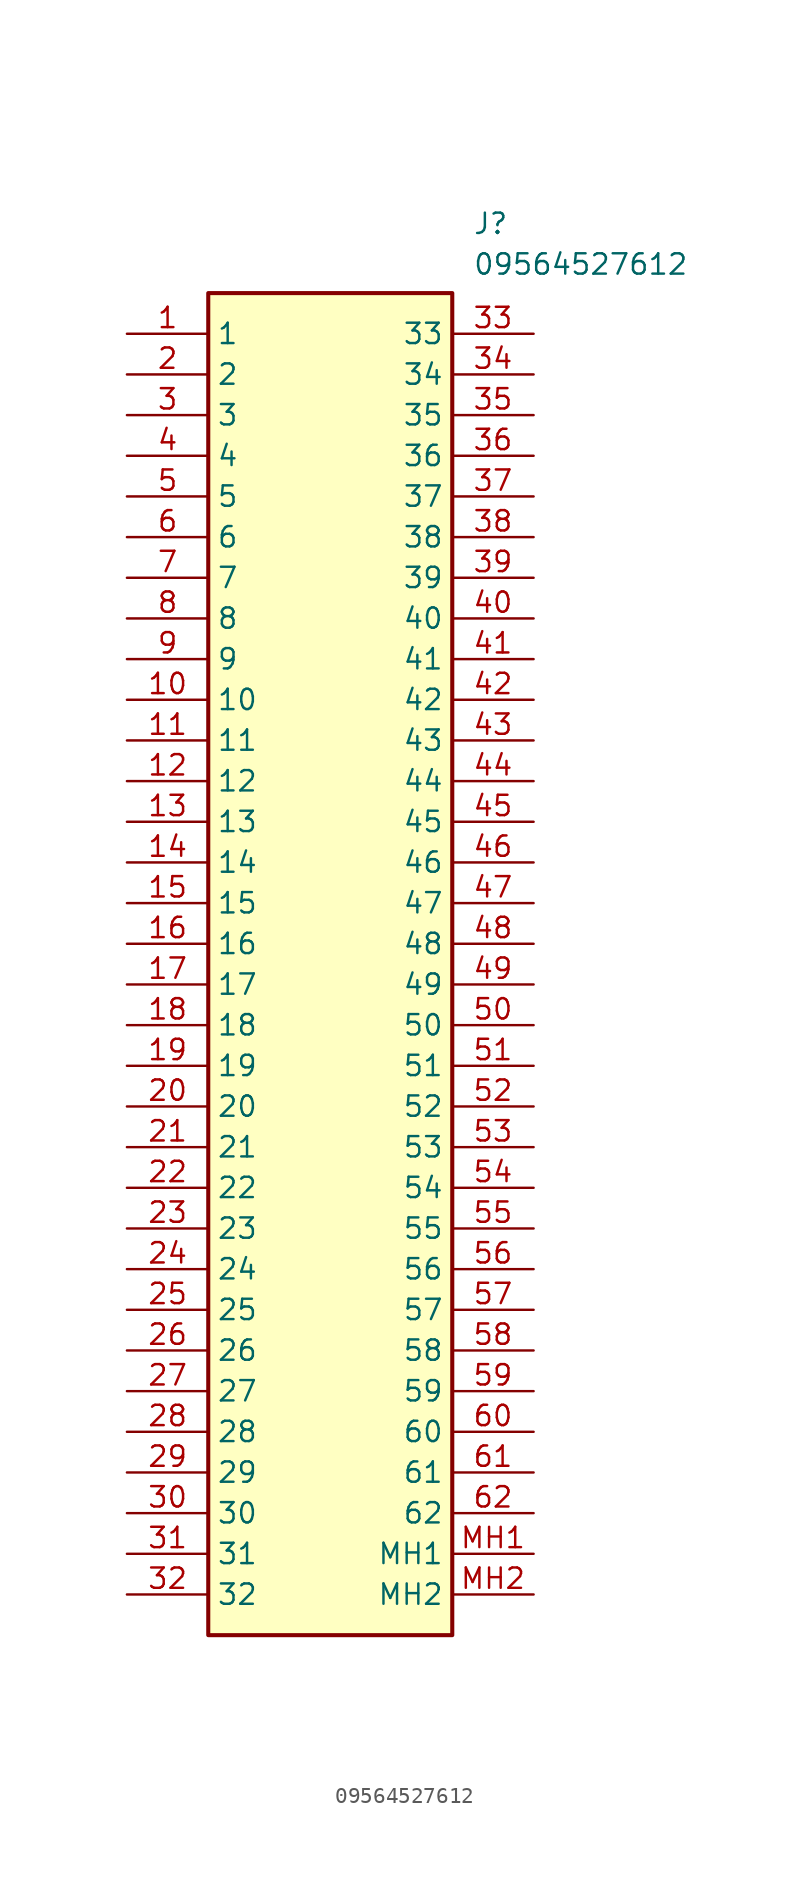
<source format=kicad_sym>
(kicad_symbol_lib
  (version 20211014)
  (generator SamacSys_ECAD_Model)
  (symbol "09564527612"
    (property "Reference" "J"
      (at 21.59 7.62 0)
      (effects (font (size 1.27 1.27)) (justify left top)))
    (property "Value" "09564527612"
      (at 21.59 5.08 0)
      (effects (font (size 1.27 1.27)) (justify left top)))
    (rectangle
      (start 5.08 2.54)
      (end 20.32 -81.28)
      (stroke (width 0.254) (type default))
      (fill (type background)))
    (pin passive line
      (at 0 0 0)
      (length 5.08)
      (name "1" (effects (font (size 1.27 1.27))))
      (number "1" (effects (font (size 1.27 1.27)))))
    (pin passive line
      (at 0 -2.54 0)
      (length 5.08)
      (name "2" (effects (font (size 1.27 1.27))))
      (number "2" (effects (font (size 1.27 1.27)))))
    (pin passive line
      (at 0 -5.08 0)
      (length 5.08)
      (name "3" (effects (font (size 1.27 1.27))))
      (number "3" (effects (font (size 1.27 1.27)))))
    (pin passive line
      (at 0 -7.62 0)
      (length 5.08)
      (name "4" (effects (font (size 1.27 1.27))))
      (number "4" (effects (font (size 1.27 1.27)))))
    (pin passive line
      (at 0 -10.16 0)
      (length 5.08)
      (name "5" (effects (font (size 1.27 1.27))))
      (number "5" (effects (font (size 1.27 1.27)))))
    (pin passive line
      (at 0 -12.7 0)
      (length 5.08)
      (name "6" (effects (font (size 1.27 1.27))))
      (number "6" (effects (font (size 1.27 1.27)))))
    (pin passive line
      (at 0 -15.24 0)
      (length 5.08)
      (name "7" (effects (font (size 1.27 1.27))))
      (number "7" (effects (font (size 1.27 1.27)))))
    (pin passive line
      (at 0 -17.78 0)
      (length 5.08)
      (name "8" (effects (font (size 1.27 1.27))))
      (number "8" (effects (font (size 1.27 1.27)))))
    (pin passive line
      (at 0 -20.32 0)
      (length 5.08)
      (name "9" (effects (font (size 1.27 1.27))))
      (number "9" (effects (font (size 1.27 1.27)))))
    (pin passive line
      (at 0 -22.86 0)
      (length 5.08)
      (name "10" (effects (font (size 1.27 1.27))))
      (number "10" (effects (font (size 1.27 1.27)))))
    (pin passive line
      (at 0 -25.4 0)
      (length 5.08)
      (name "11" (effects (font (size 1.27 1.27))))
      (number "11" (effects (font (size 1.27 1.27)))))
    (pin passive line
      (at 0 -27.94 0)
      (length 5.08)
      (name "12" (effects (font (size 1.27 1.27))))
      (number "12" (effects (font (size 1.27 1.27)))))
    (pin passive line
      (at 0 -30.48 0)
      (length 5.08)
      (name "13" (effects (font (size 1.27 1.27))))
      (number "13" (effects (font (size 1.27 1.27)))))
    (pin passive line
      (at 0 -33.02 0)
      (length 5.08)
      (name "14" (effects (font (size 1.27 1.27))))
      (number "14" (effects (font (size 1.27 1.27)))))
    (pin passive line
      (at 0 -35.56 0)
      (length 5.08)
      (name "15" (effects (font (size 1.27 1.27))))
      (number "15" (effects (font (size 1.27 1.27)))))
    (pin passive line
      (at 0 -38.1 0)
      (length 5.08)
      (name "16" (effects (font (size 1.27 1.27))))
      (number "16" (effects (font (size 1.27 1.27)))))
    (pin passive line
      (at 0 -40.64 0)
      (length 5.08)
      (name "17" (effects (font (size 1.27 1.27))))
      (number "17" (effects (font (size 1.27 1.27)))))
    (pin passive line
      (at 0 -43.18 0)
      (length 5.08)
      (name "18" (effects (font (size 1.27 1.27))))
      (number "18" (effects (font (size 1.27 1.27)))))
    (pin passive line
      (at 0 -45.72 0)
      (length 5.08)
      (name "19" (effects (font (size 1.27 1.27))))
      (number "19" (effects (font (size 1.27 1.27)))))
    (pin passive line
      (at 0 -48.26 0)
      (length 5.08)
      (name "20" (effects (font (size 1.27 1.27))))
      (number "20" (effects (font (size 1.27 1.27)))))
    (pin passive line
      (at 0 -50.8 0)
      (length 5.08)
      (name "21" (effects (font (size 1.27 1.27))))
      (number "21" (effects (font (size 1.27 1.27)))))
    (pin passive line
      (at 0 -53.34 0)
      (length 5.08)
      (name "22" (effects (font (size 1.27 1.27))))
      (number "22" (effects (font (size 1.27 1.27)))))
    (pin passive line
      (at 0 -55.88 0)
      (length 5.08)
      (name "23" (effects (font (size 1.27 1.27))))
      (number "23" (effects (font (size 1.27 1.27)))))
    (pin passive line
      (at 0 -58.42 0)
      (length 5.08)
      (name "24" (effects (font (size 1.27 1.27))))
      (number "24" (effects (font (size 1.27 1.27)))))
    (pin passive line
      (at 0 -60.96 0)
      (length 5.08)
      (name "25" (effects (font (size 1.27 1.27))))
      (number "25" (effects (font (size 1.27 1.27)))))
    (pin passive line
      (at 0 -63.5 0)
      (length 5.08)
      (name "26" (effects (font (size 1.27 1.27))))
      (number "26" (effects (font (size 1.27 1.27)))))
    (pin passive line
      (at 0 -66.04 0)
      (length 5.08)
      (name "27" (effects (font (size 1.27 1.27))))
      (number "27" (effects (font (size 1.27 1.27)))))
    (pin passive line
      (at 0 -68.58 0)
      (length 5.08)
      (name "28" (effects (font (size 1.27 1.27))))
      (number "28" (effects (font (size 1.27 1.27)))))
    (pin passive line
      (at 0 -71.12 0)
      (length 5.08)
      (name "29" (effects (font (size 1.27 1.27))))
      (number "29" (effects (font (size 1.27 1.27)))))
    (pin passive line
      (at 0 -73.66 0)
      (length 5.08)
      (name "30" (effects (font (size 1.27 1.27))))
      (number "30" (effects (font (size 1.27 1.27)))))
    (pin passive line
      (at 0 -76.2 0)
      (length 5.08)
      (name "31" (effects (font (size 1.27 1.27))))
      (number "31" (effects (font (size 1.27 1.27)))))
    (pin passive line
      (at 0 -78.74 0)
      (length 5.08)
      (name "32" (effects (font (size 1.27 1.27))))
      (number "32" (effects (font (size 1.27 1.27)))))
    (pin passive line
      (at 25.4 0 180)
      (length 5.08)
      (name "33" (effects (font (size 1.27 1.27))))
      (number "33" (effects (font (size 1.27 1.27)))))
    (pin passive line
      (at 25.4 -2.54 180)
      (length 5.08)
      (name "34" (effects (font (size 1.27 1.27))))
      (number "34" (effects (font (size 1.27 1.27)))))
    (pin passive line
      (at 25.4 -5.08 180)
      (length 5.08)
      (name "35" (effects (font (size 1.27 1.27))))
      (number "35" (effects (font (size 1.27 1.27)))))
    (pin passive line
      (at 25.4 -7.62 180)
      (length 5.08)
      (name "36" (effects (font (size 1.27 1.27))))
      (number "36" (effects (font (size 1.27 1.27)))))
    (pin passive line
      (at 25.4 -10.16 180)
      (length 5.08)
      (name "37" (effects (font (size 1.27 1.27))))
      (number "37" (effects (font (size 1.27 1.27)))))
    (pin passive line
      (at 25.4 -12.7 180)
      (length 5.08)
      (name "38" (effects (font (size 1.27 1.27))))
      (number "38" (effects (font (size 1.27 1.27)))))
    (pin passive line
      (at 25.4 -15.24 180)
      (length 5.08)
      (name "39" (effects (font (size 1.27 1.27))))
      (number "39" (effects (font (size 1.27 1.27)))))
    (pin passive line
      (at 25.4 -17.78 180)
      (length 5.08)
      (name "40" (effects (font (size 1.27 1.27))))
      (number "40" (effects (font (size 1.27 1.27)))))
    (pin passive line
      (at 25.4 -20.32 180)
      (length 5.08)
      (name "41" (effects (font (size 1.27 1.27))))
      (number "41" (effects (font (size 1.27 1.27)))))
    (pin passive line
      (at 25.4 -22.86 180)
      (length 5.08)
      (name "42" (effects (font (size 1.27 1.27))))
      (number "42" (effects (font (size 1.27 1.27)))))
    (pin passive line
      (at 25.4 -25.4 180)
      (length 5.08)
      (name "43" (effects (font (size 1.27 1.27))))
      (number "43" (effects (font (size 1.27 1.27)))))
    (pin passive line
      (at 25.4 -27.94 180)
      (length 5.08)
      (name "44" (effects (font (size 1.27 1.27))))
      (number "44" (effects (font (size 1.27 1.27)))))
    (pin passive line
      (at 25.4 -30.48 180)
      (length 5.08)
      (name "45" (effects (font (size 1.27 1.27))))
      (number "45" (effects (font (size 1.27 1.27)))))
    (pin passive line
      (at 25.4 -33.02 180)
      (length 5.08)
      (name "46" (effects (font (size 1.27 1.27))))
      (number "46" (effects (font (size 1.27 1.27)))))
    (pin passive line
      (at 25.4 -35.56 180)
      (length 5.08)
      (name "47" (effects (font (size 1.27 1.27))))
      (number "47" (effects (font (size 1.27 1.27)))))
    (pin passive line
      (at 25.4 -38.1 180)
      (length 5.08)
      (name "48" (effects (font (size 1.27 1.27))))
      (number "48" (effects (font (size 1.27 1.27)))))
    (pin passive line
      (at 25.4 -40.64 180)
      (length 5.08)
      (name "49" (effects (font (size 1.27 1.27))))
      (number "49" (effects (font (size 1.27 1.27)))))
    (pin passive line
      (at 25.4 -43.18 180)
      (length 5.08)
      (name "50" (effects (font (size 1.27 1.27))))
      (number "50" (effects (font (size 1.27 1.27)))))
    (pin passive line
      (at 25.4 -45.72 180)
      (length 5.08)
      (name "51" (effects (font (size 1.27 1.27))))
      (number "51" (effects (font (size 1.27 1.27)))))
    (pin passive line
      (at 25.4 -48.26 180)
      (length 5.08)
      (name "52" (effects (font (size 1.27 1.27))))
      (number "52" (effects (font (size 1.27 1.27)))))
    (pin passive line
      (at 25.4 -50.8 180)
      (length 5.08)
      (name "53" (effects (font (size 1.27 1.27))))
      (number "53" (effects (font (size 1.27 1.27)))))
    (pin passive line
      (at 25.4 -53.34 180)
      (length 5.08)
      (name "54" (effects (font (size 1.27 1.27))))
      (number "54" (effects (font (size 1.27 1.27)))))
    (pin passive line
      (at 25.4 -55.88 180)
      (length 5.08)
      (name "55" (effects (font (size 1.27 1.27))))
      (number "55" (effects (font (size 1.27 1.27)))))
    (pin passive line
      (at 25.4 -58.42 180)
      (length 5.08)
      (name "56" (effects (font (size 1.27 1.27))))
      (number "56" (effects (font (size 1.27 1.27)))))
    (pin passive line
      (at 25.4 -60.96 180)
      (length 5.08)
      (name "57" (effects (font (size 1.27 1.27))))
      (number "57" (effects (font (size 1.27 1.27)))))
    (pin passive line
      (at 25.4 -63.5 180)
      (length 5.08)
      (name "58" (effects (font (size 1.27 1.27))))
      (number "58" (effects (font (size 1.27 1.27)))))
    (pin passive line
      (at 25.4 -66.04 180)
      (length 5.08)
      (name "59" (effects (font (size 1.27 1.27))))
      (number "59" (effects (font (size 1.27 1.27)))))
    (pin passive line
      (at 25.4 -68.58 180)
      (length 5.08)
      (name "60" (effects (font (size 1.27 1.27))))
      (number "60" (effects (font (size 1.27 1.27)))))
    (pin passive line
      (at 25.4 -71.12 180)
      (length 5.08)
      (name "61" (effects (font (size 1.27 1.27))))
      (number "61" (effects (font (size 1.27 1.27)))))
    (pin passive line
      (at 25.4 -73.66 180)
      (length 5.08)
      (name "62" (effects (font (size 1.27 1.27))))
      (number "62" (effects (font (size 1.27 1.27)))))
    (pin passive line
      (at 25.4 -76.2 180)
      (length 5.08)
      (name "MH1" (effects (font (size 1.27 1.27))))
      (number "MH1" (effects (font (size 1.27 1.27)))))
    (pin passive line
      (at 25.4 -78.74 180)
      (length 5.08)
      (name "MH2" (effects (font (size 1.27 1.27))))
      (number "MH2" (effects (font (size 1.27 1.27)))))))
</source>
